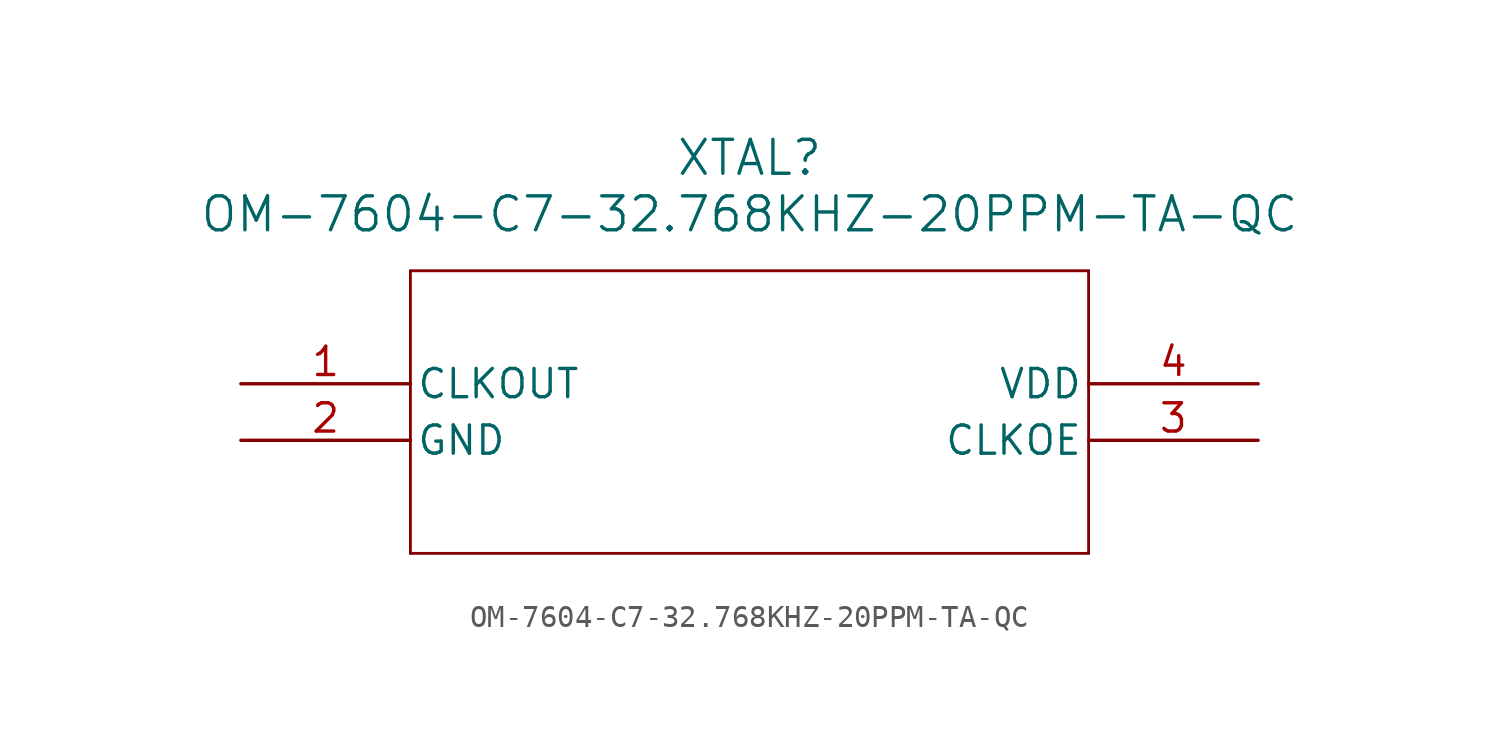
<source format=kicad_sym>
(kicad_symbol_lib
  (version 20211014)
  (generator kicad_symbol_editor)
  (symbol "OM-7604-C7-32.768KHZ-20PPM-TA-QC"
    (pin_names
      (offset 0.254))
    (property "Reference" "XTAL"
      (at 22.86 10.16 0)
      (effects (font (size 1.524 1.524))))
    (property "Value" "OM-7604-C7-32.768KHZ-20PPM-TA-QC"
      (at 22.86 7.62 0)
      (effects (font (size 1.524 1.524))))
    (symbol "OM-7604-C7-32.768KHZ-20PPM-TA-QC_0_1"
      (polyline (pts (xy 7.62 5.08) (xy 7.62 -7.62)) (stroke (width 0.127) (type default) (color 0 0 0 0)) (fill (type none)))
      (polyline (pts (xy 7.62 -7.62) (xy 38.1 -7.62)) (stroke (width 0.127) (type default) (color 0 0 0 0)) (fill (type none)))
      (polyline (pts (xy 38.1 -7.62) (xy 38.1 5.08)) (stroke (width 0.127) (type default) (color 0 0 0 0)) (fill (type none)))
      (polyline (pts (xy 38.1 5.08) (xy 7.62 5.08)) (stroke (width 0.127) (type default) (color 0 0 0 0)) (fill (type none)))
      (pin output line (at 0 0 0) (length 7.62) (name "CLKOUT" (effects (font (size 1.27 1.27)))) (number "1" (effects (font (size 1.27 1.27)))))
      (pin power_out line (at 0 -2.54 0) (length 7.62) (name "GND" (effects (font (size 1.27 1.27)))) (number "2" (effects (font (size 1.27 1.27)))))
      (pin input line (at 45.72 -2.54 180) (length 7.62) (name "CLKOE" (effects (font (size 1.27 1.27)))) (number "3" (effects (font (size 1.27 1.27)))))
      (pin power_in line (at 45.72 0 180) (length 7.62) (name "VDD" (effects (font (size 1.27 1.27)))) (number "4" (effects (font (size 1.27 1.27))))))))
</source>
